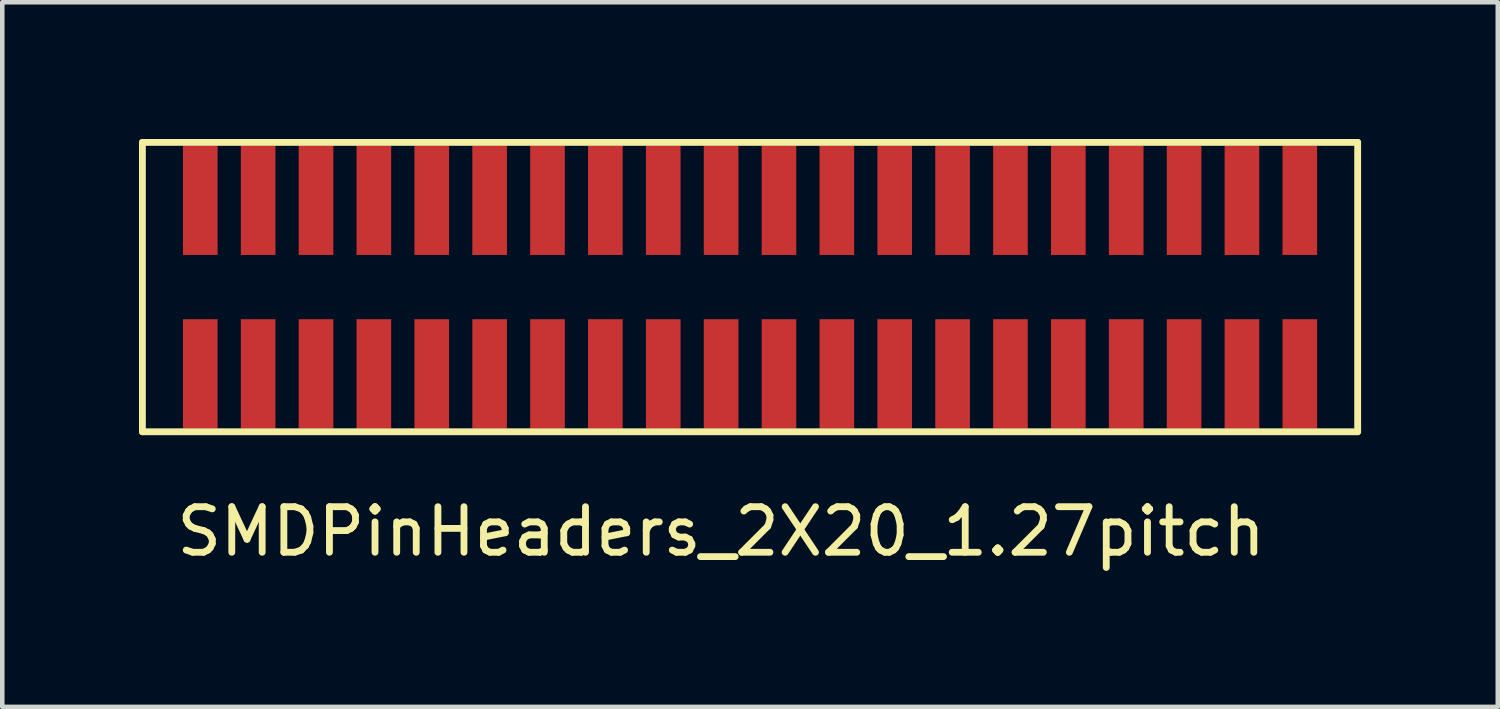
<source format=kicad_pcb>
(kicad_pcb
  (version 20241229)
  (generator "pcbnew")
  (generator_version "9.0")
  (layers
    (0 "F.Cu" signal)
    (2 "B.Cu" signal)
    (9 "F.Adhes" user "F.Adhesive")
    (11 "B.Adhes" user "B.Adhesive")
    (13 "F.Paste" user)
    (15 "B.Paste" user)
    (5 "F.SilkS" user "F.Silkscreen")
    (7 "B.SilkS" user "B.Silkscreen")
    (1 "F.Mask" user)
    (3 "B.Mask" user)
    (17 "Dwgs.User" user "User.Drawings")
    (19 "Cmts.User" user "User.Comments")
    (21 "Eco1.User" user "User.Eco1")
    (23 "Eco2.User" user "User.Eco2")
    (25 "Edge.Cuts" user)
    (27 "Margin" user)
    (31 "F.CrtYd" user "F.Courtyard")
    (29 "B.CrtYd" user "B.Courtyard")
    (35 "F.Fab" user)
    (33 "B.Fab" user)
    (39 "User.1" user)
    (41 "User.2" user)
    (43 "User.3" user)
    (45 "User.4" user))
  (footprint "SMDPinHeaders_2X20_1.27pitch"
    (layer "F.Cu")
    (at 12.775 2.615)
    (property "Reference" "SMDPinHeaders_2X20_1.27pitch" (at 0 6 0) (layer "F.SilkS") (effects (font (size 1 1) (thickness 0.15))))
    (attr through_hole)
    (fp_line (start -12.7 -2.54) (end 13.97 -2.54) (stroke (width 0.15) (type solid)) (layer "F.SilkS"))
    (fp_line (start -12.7 3.81) (end -12.7 -2.54) (stroke (width 0.15) (type solid)) (layer "F.SilkS"))
    (fp_line (start 13.97 -2.54) (end 13.97 3.81) (stroke (width 0.15) (type solid)) (layer "F.SilkS"))
    (fp_line (start 13.97 3.81) (end -12.7 3.81) (stroke (width 0.15) (type solid)) (layer "F.SilkS"))
    (pad "1" smd rect (at -11.43 2.54) (size 0.76 2.4) (layers "F.Cu" "F.Mask" "F.Paste"))
    (pad "2" smd rect (at -11.43 -1.27) (size 0.76 2.4) (layers "F.Cu" "F.Mask" "F.Paste"))
    (pad "3" smd rect (at -10.16 2.54) (size 0.76 2.4) (layers "F.Cu" "F.Mask" "F.Paste"))
    (pad "4" smd rect (at -10.16 -1.27) (size 0.76 2.4) (layers "F.Cu" "F.Mask" "F.Paste"))
    (pad "5" smd rect (at -8.89 2.54) (size 0.76 2.4) (layers "F.Cu" "F.Mask" "F.Paste"))
    (pad "6" smd rect (at -8.89 -1.27) (size 0.76 2.4) (layers "F.Cu" "F.Mask" "F.Paste"))
    (pad "7" smd rect (at -7.62 2.54) (size 0.76 2.4) (layers "F.Cu" "F.Mask" "F.Paste"))
    (pad "8" smd rect (at -7.62 -1.27) (size 0.76 2.4) (layers "F.Cu" "F.Mask" "F.Paste"))
    (pad "9" smd rect (at -6.35 2.54) (size 0.76 2.4) (layers "F.Cu" "F.Mask" "F.Paste"))
    (pad "10" smd rect (at -6.35 -1.27) (size 0.76 2.4) (layers "F.Cu" "F.Mask" "F.Paste"))
    (pad "11" smd rect (at -5.08 2.54) (size 0.76 2.4) (layers "F.Cu" "F.Mask" "F.Paste"))
    (pad "12" smd rect (at -5.08 -1.27) (size 0.76 2.4) (layers "F.Cu" "F.Mask" "F.Paste"))
    (pad "13" smd rect (at -3.81 2.54) (size 0.76 2.4) (layers "F.Cu" "F.Mask" "F.Paste"))
    (pad "14" smd rect (at -3.81 -1.27) (size 0.76 2.4) (layers "F.Cu" "F.Mask" "F.Paste"))
    (pad "15" smd rect (at -2.54 2.54) (size 0.76 2.4) (layers "F.Cu" "F.Mask" "F.Paste"))
    (pad "16" smd rect (at -2.54 -1.27) (size 0.76 2.4) (layers "F.Cu" "F.Mask" "F.Paste"))
    (pad "17" smd rect (at -1.27 2.54) (size 0.76 2.4) (layers "F.Cu" "F.Mask" "F.Paste"))
    (pad "18" smd rect (at -1.27 -1.27) (size 0.76 2.4) (layers "F.Cu" "F.Mask" "F.Paste"))
    (pad "19" smd rect (at 0 2.54) (size 0.76 2.4) (layers "F.Cu" "F.Mask" "F.Paste"))
    (pad "20" smd rect (at 0 -1.27) (size 0.76 2.4) (layers "F.Cu" "F.Mask" "F.Paste"))
    (pad "21" smd rect (at 1.27 2.54) (size 0.76 2.4) (layers "F.Cu" "F.Mask" "F.Paste"))
    (pad "22" smd rect (at 1.27 -1.27) (size 0.76 2.4) (layers "F.Cu" "F.Mask" "F.Paste"))
    (pad "23" smd rect (at 2.54 2.54) (size 0.76 2.4) (layers "F.Cu" "F.Mask" "F.Paste"))
    (pad "24" smd rect (at 2.54 -1.27) (size 0.76 2.4) (layers "F.Cu" "F.Mask" "F.Paste"))
    (pad "25" smd rect (at 3.81 2.54) (size 0.76 2.4) (layers "F.Cu" "F.Mask" "F.Paste"))
    (pad "26" smd rect (at 3.81 -1.27) (size 0.76 2.4) (layers "F.Cu" "F.Mask" "F.Paste"))
    (pad "27" smd rect (at 5.08 2.54) (size 0.76 2.4) (layers "F.Cu" "F.Mask" "F.Paste"))
    (pad "28" smd rect (at 5.08 -1.27) (size 0.76 2.4) (layers "F.Cu" "F.Mask" "F.Paste"))
    (pad "29" smd rect (at 6.35 2.54) (size 0.76 2.4) (layers "F.Cu" "F.Mask" "F.Paste"))
    (pad "30" smd rect (at 6.35 -1.27) (size 0.76 2.4) (layers "F.Cu" "F.Mask" "F.Paste"))
    (pad "31" smd rect (at 7.62 2.54) (size 0.76 2.4) (layers "F.Cu" "F.Mask" "F.Paste"))
    (pad "32" smd rect (at 7.62 -1.27) (size 0.76 2.4) (layers "F.Cu" "F.Mask" "F.Paste"))
    (pad "33" smd rect (at 8.89 2.54) (size 0.76 2.4) (layers "F.Cu" "F.Mask" "F.Paste"))
    (pad "34" smd rect (at 8.89 -1.27) (size 0.76 2.4) (layers "F.Cu" "F.Mask" "F.Paste"))
    (pad "35" smd rect (at 10.16 2.54) (size 0.76 2.4) (layers "F.Cu" "F.Mask" "F.Paste"))
    (pad "36" smd rect (at 10.16 -1.27) (size 0.76 2.4) (layers "F.Cu" "F.Mask" "F.Paste"))
    (pad "37" smd rect (at 11.43 2.54) (size 0.76 2.4) (layers "F.Cu" "F.Mask" "F.Paste"))
    (pad "38" smd rect (at 11.43 -1.27) (size 0.76 2.4) (layers "F.Cu" "F.Mask" "F.Paste"))
    (pad "39" smd rect (at 12.7 2.54) (size 0.76 2.4) (layers "F.Cu" "F.Mask" "F.Paste"))
    (pad "40" smd rect (at 12.7 -1.27) (size 0.76 2.4) (layers "F.Cu" "F.Mask" "F.Paste")))
  (gr_rect
    (start -3 -3)
    (end 29.82 12.463)
    (stroke (width 0.1) (type default))
    (fill no)
    (layer "Edge.Cuts")))
</source>
